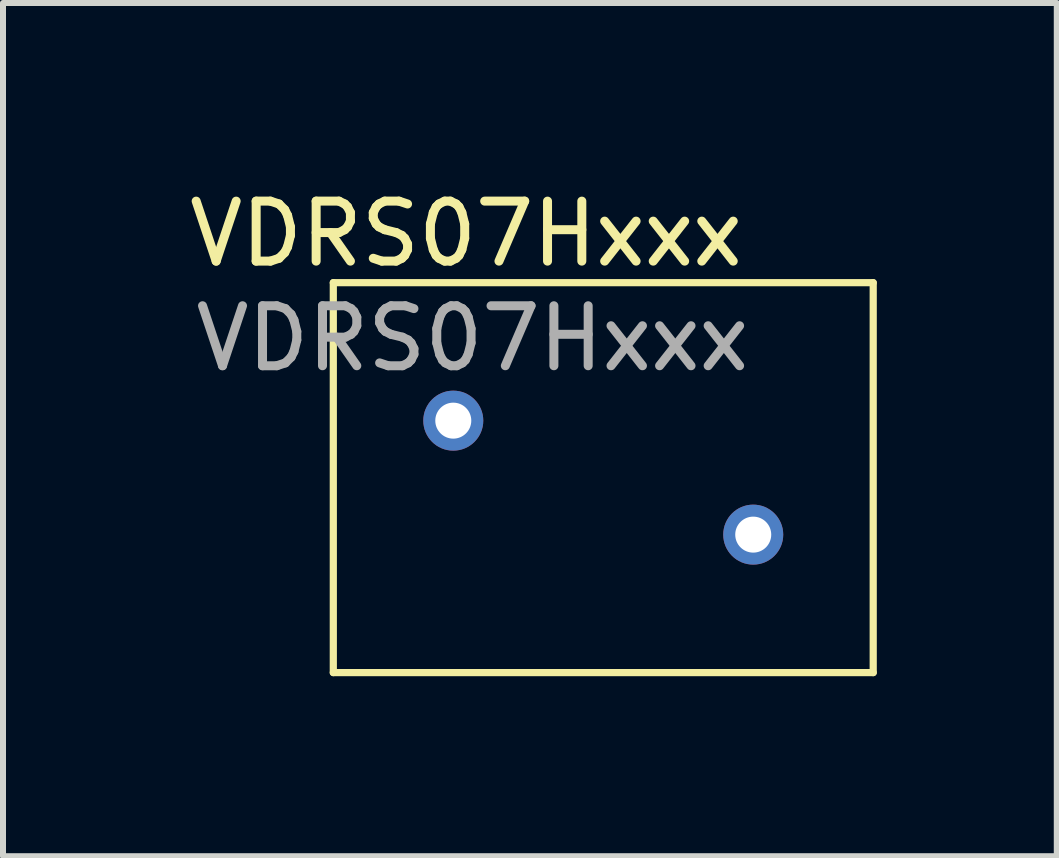
<source format=kicad_pcb>
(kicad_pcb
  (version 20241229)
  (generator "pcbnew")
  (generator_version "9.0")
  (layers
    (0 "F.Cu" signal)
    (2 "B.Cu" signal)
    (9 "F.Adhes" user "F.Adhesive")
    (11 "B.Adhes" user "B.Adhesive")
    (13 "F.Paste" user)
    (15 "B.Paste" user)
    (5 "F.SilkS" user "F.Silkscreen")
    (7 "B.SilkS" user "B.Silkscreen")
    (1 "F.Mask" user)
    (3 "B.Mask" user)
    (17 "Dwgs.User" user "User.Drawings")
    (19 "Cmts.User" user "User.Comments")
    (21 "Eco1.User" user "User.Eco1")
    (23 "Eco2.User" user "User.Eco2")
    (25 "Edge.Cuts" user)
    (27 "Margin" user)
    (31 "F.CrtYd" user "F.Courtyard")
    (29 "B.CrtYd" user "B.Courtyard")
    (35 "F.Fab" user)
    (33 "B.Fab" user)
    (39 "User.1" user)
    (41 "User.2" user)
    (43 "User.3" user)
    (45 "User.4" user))
  (footprint "VDRS07Hxxx"
    (layer "F.Cu")
    (at 7.006 4.912)
    (property "Reference" "VDRS07Hxxx" (at -2.286 -4.064 0) (layer "F.SilkS") (effects (font (size 1 1) (thickness 0.15))))
    (attr through_hole)
    (fp_line (start -4.5 -3.25) (end 4.5 -3.25) (stroke (width 0.12) (type solid)) (layer "F.SilkS"))
    (fp_line (start -4.5 3.25) (end -4.5 -3.25) (stroke (width 0.12) (type solid)) (layer "F.SilkS"))
    (fp_line (start 4.5 -3.25) (end 4.5 3.25) (stroke (width 0.12) (type solid)) (layer "F.SilkS"))
    (fp_line (start 4.5 3.25) (end -4.5 3.25) (stroke (width 0.12) (type solid)) (layer "F.SilkS"))
    (fp_text user "${REFERENCE}" (at -2.18 -2.32 0) (layer "F.Fab") (effects (font (size 1 1) (thickness 0.15))))
    (pad "1" thru_hole circle (at -2.5 -0.95) (size 1 1) (drill 0.6) (layers "*.Cu" "*.Mask"))
    (pad "2" thru_hole circle (at 2.5 0.95) (size 1 1) (drill 0.6) (layers "*.Cu" "*.Mask")))
  (gr_rect
    (start -3 -3)
    (end 14.566 11.222)
    (stroke (width 0.1) (type default))
    (fill no)
    (layer "Edge.Cuts")))
</source>
